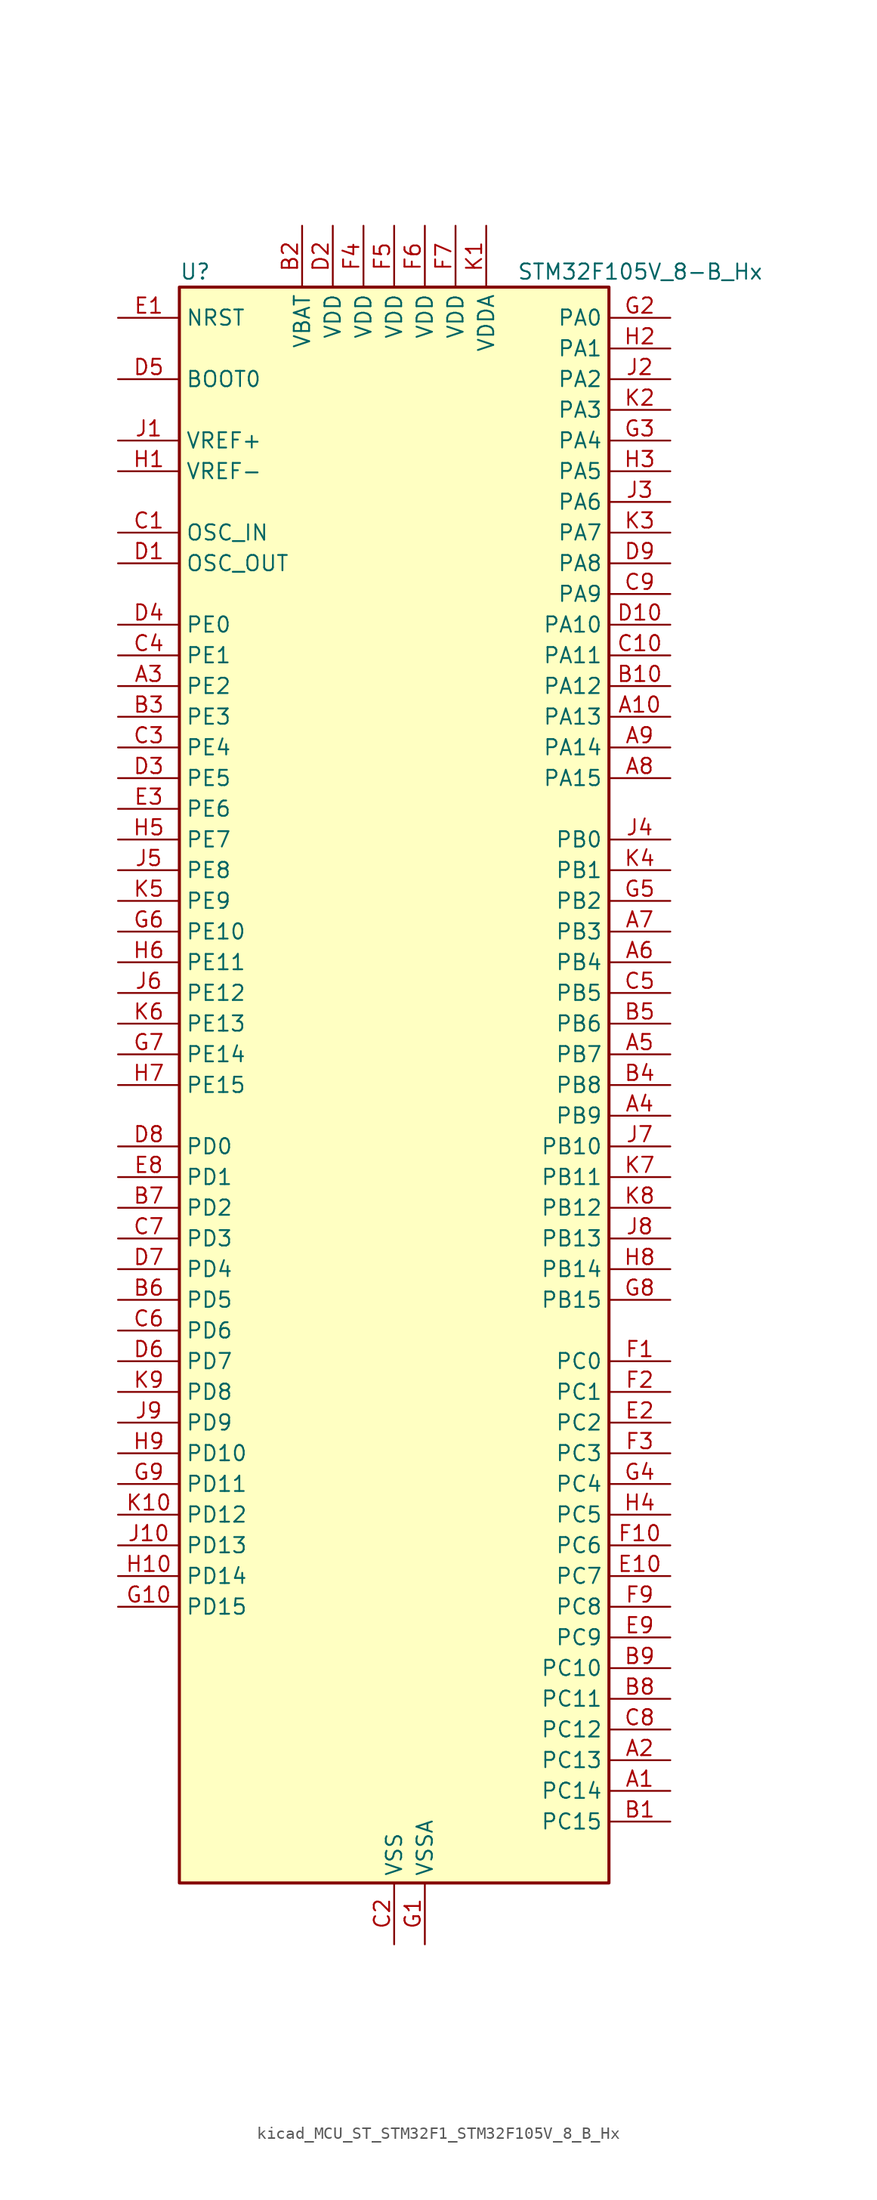
<source format=kicad_sym>
(kicad_symbol_lib
  (version 20220914)
  (generator kicad_symbol_editor)
  (symbol "kicad_MCU_ST_STM32F1_STM32F105V_8_B_Hx"
    (property "Reference" "U"
      (at -17.78 67.31 0)
      (effects (font (size 1.27 1.27)) (justify left)))
    (property "Value" "STM32F105V_8-B_Hx"
      (at 10.16 67.31 0)
      (effects (font (size 1.27 1.27)) (justify left)))
    (property "ki_locked" ""
      (at 0 0 0)
      (effects (font (size 1.27 1.27))))
    (symbol "kicad_MCU_ST_STM32F1_STM32F105V_8_B_Hx_0_1"
      (rectangle (start -17.78 -66.04) (end 17.78 66.04) (stroke (width 0.254) (type default)) (fill (type background))))
    (symbol "kicad_MCU_ST_STM32F1_STM32F105V_8_B_Hx_1_1"
      (pin bidirectional line (at 22.86 -58.42 180) (length 5.08) (name "PC14" (effects (font (size 1.27 1.27)))) (number "A1" (effects (font (size 1.27 1.27)))) (alternate "RCC_OSC32_IN" bidirectional line))
      (pin bidirectional line (at 22.86 30.48 180) (length 5.08) (name "PA13" (effects (font (size 1.27 1.27)))) (number "A10" (effects (font (size 1.27 1.27)))) (alternate "SYS_JTMS-SWDIO" bidirectional line))
      (pin bidirectional line (at 22.86 -55.88 180) (length 5.08) (name "PC13" (effects (font (size 1.27 1.27)))) (number "A2" (effects (font (size 1.27 1.27)))) (alternate "RTC_OUT" bidirectional line) (alternate "RTC_TAMPER" bidirectional line))
      (pin bidirectional line (at -22.86 33.02 0) (length 5.08) (name "PE2" (effects (font (size 1.27 1.27)))) (number "A3" (effects (font (size 1.27 1.27)))) (alternate "SYS_TRACECLK" bidirectional line))
      (pin bidirectional line (at 22.86 -2.54 180) (length 5.08) (name "PB9" (effects (font (size 1.27 1.27)))) (number "A4" (effects (font (size 1.27 1.27)))) (alternate "CAN1_TX" bidirectional line) (alternate "DAC_EXTI9" bidirectional line) (alternate "I2C1_SDA" bidirectional line) (alternate "TIM4_CH4" bidirectional line))
      (pin bidirectional line (at 22.86 2.54 180) (length 5.08) (name "PB7" (effects (font (size 1.27 1.27)))) (number "A5" (effects (font (size 1.27 1.27)))) (alternate "I2C1_SDA" bidirectional line) (alternate "TIM4_CH2" bidirectional line) (alternate "USART1_RX" bidirectional line))
      (pin bidirectional line (at 22.86 10.16 180) (length 5.08) (name "PB4" (effects (font (size 1.27 1.27)))) (number "A6" (effects (font (size 1.27 1.27)))) (alternate "SPI1_MISO" bidirectional line) (alternate "SPI3_MISO" bidirectional line) (alternate "SYS_NJTRST" bidirectional line) (alternate "TIM3_CH1" bidirectional line))
      (pin bidirectional line (at 22.86 12.7 180) (length 5.08) (name "PB3" (effects (font (size 1.27 1.27)))) (number "A7" (effects (font (size 1.27 1.27)))) (alternate "I2S3_CK" bidirectional line) (alternate "SPI1_SCK" bidirectional line) (alternate "SPI3_SCK" bidirectional line) (alternate "SYS_JTDO" bidirectional line) (alternate "SYS_TRACESWO" bidirectional line) (alternate "TIM2_CH2" bidirectional line))
      (pin bidirectional line (at 22.86 25.4 180) (length 5.08) (name "PA15" (effects (font (size 1.27 1.27)))) (number "A8" (effects (font (size 1.27 1.27)))) (alternate "ADC1_EXTI15" bidirectional line) (alternate "ADC2_EXTI15" bidirectional line) (alternate "I2S3_WS" bidirectional line) (alternate "SPI1_NSS" bidirectional line) (alternate "SPI3_NSS" bidirectional line) (alternate "SYS_JTDI" bidirectional line) (alternate "TIM2_CH1" bidirectional line) (alternate "TIM2_ETR" bidirectional line))
      (pin bidirectional line (at 22.86 27.94 180) (length 5.08) (name "PA14" (effects (font (size 1.27 1.27)))) (number "A9" (effects (font (size 1.27 1.27)))) (alternate "SYS_JTCK-SWCLK" bidirectional line))
      (pin bidirectional line (at 22.86 -60.96 180) (length 5.08) (name "PC15" (effects (font (size 1.27 1.27)))) (number "B1" (effects (font (size 1.27 1.27)))) (alternate "ADC1_EXTI15" bidirectional line) (alternate "ADC2_EXTI15" bidirectional line) (alternate "RCC_OSC32_OUT" bidirectional line))
      (pin bidirectional line (at 22.86 33.02 180) (length 5.08) (name "PA12" (effects (font (size 1.27 1.27)))) (number "B10" (effects (font (size 1.27 1.27)))) (alternate "CAN1_TX" bidirectional line) (alternate "TIM1_ETR" bidirectional line) (alternate "USART1_RTS" bidirectional line) (alternate "USB_OTG_FS_DP" bidirectional line))
      (pin power_in line (at -7.62 71.12 270) (length 5.08) (name "VBAT" (effects (font (size 1.27 1.27)))) (number "B2" (effects (font (size 1.27 1.27)))))
      (pin bidirectional line (at -22.86 30.48 0) (length 5.08) (name "PE3" (effects (font (size 1.27 1.27)))) (number "B3" (effects (font (size 1.27 1.27)))) (alternate "SYS_TRACED0" bidirectional line))
      (pin bidirectional line (at 22.86 0 180) (length 5.08) (name "PB8" (effects (font (size 1.27 1.27)))) (number "B4" (effects (font (size 1.27 1.27)))) (alternate "CAN1_RX" bidirectional line) (alternate "I2C1_SCL" bidirectional line) (alternate "TIM4_CH3" bidirectional line))
      (pin bidirectional line (at 22.86 5.08 180) (length 5.08) (name "PB6" (effects (font (size 1.27 1.27)))) (number "B5" (effects (font (size 1.27 1.27)))) (alternate "CAN2_TX" bidirectional line) (alternate "I2C1_SCL" bidirectional line) (alternate "TIM4_CH1" bidirectional line) (alternate "USART1_TX" bidirectional line))
      (pin bidirectional line (at -22.86 -17.78 0) (length 5.08) (name "PD5" (effects (font (size 1.27 1.27)))) (number "B6" (effects (font (size 1.27 1.27)))) (alternate "USART2_TX" bidirectional line))
      (pin bidirectional line (at -22.86 -10.16 0) (length 5.08) (name "PD2" (effects (font (size 1.27 1.27)))) (number "B7" (effects (font (size 1.27 1.27)))) (alternate "TIM3_ETR" bidirectional line) (alternate "UART5_RX" bidirectional line))
      (pin bidirectional line (at 22.86 -50.8 180) (length 5.08) (name "PC11" (effects (font (size 1.27 1.27)))) (number "B8" (effects (font (size 1.27 1.27)))) (alternate "ADC1_EXTI11" bidirectional line) (alternate "ADC2_EXTI11" bidirectional line) (alternate "SPI3_MISO" bidirectional line) (alternate "UART4_RX" bidirectional line) (alternate "USART3_RX" bidirectional line))
      (pin bidirectional line (at 22.86 -48.26 180) (length 5.08) (name "PC10" (effects (font (size 1.27 1.27)))) (number "B9" (effects (font (size 1.27 1.27)))) (alternate "I2S3_CK" bidirectional line) (alternate "SPI3_SCK" bidirectional line) (alternate "UART4_TX" bidirectional line) (alternate "USART3_TX" bidirectional line))
      (pin input line (at -22.86 45.72 0) (length 5.08) (name "OSC_IN" (effects (font (size 1.27 1.27)))) (number "C1" (effects (font (size 1.27 1.27)))) (alternate "RCC_OSC_IN" bidirectional line))
      (pin bidirectional line (at 22.86 35.56 180) (length 5.08) (name "PA11" (effects (font (size 1.27 1.27)))) (number "C10" (effects (font (size 1.27 1.27)))) (alternate "ADC1_EXTI11" bidirectional line) (alternate "ADC2_EXTI11" bidirectional line) (alternate "CAN1_RX" bidirectional line) (alternate "TIM1_CH4" bidirectional line) (alternate "USART1_CTS" bidirectional line) (alternate "USB_OTG_FS_DM" bidirectional line))
      (pin power_in line (at 0 -71.12 90) (length 5.08) (name "VSS" (effects (font (size 1.27 1.27)))) (number "C2" (effects (font (size 1.27 1.27)))))
      (pin bidirectional line (at -22.86 27.94 0) (length 5.08) (name "PE4" (effects (font (size 1.27 1.27)))) (number "C3" (effects (font (size 1.27 1.27)))) (alternate "SYS_TRACED1" bidirectional line))
      (pin bidirectional line (at -22.86 35.56 0) (length 5.08) (name "PE1" (effects (font (size 1.27 1.27)))) (number "C4" (effects (font (size 1.27 1.27)))))
      (pin bidirectional line (at 22.86 7.62 180) (length 5.08) (name "PB5" (effects (font (size 1.27 1.27)))) (number "C5" (effects (font (size 1.27 1.27)))) (alternate "CAN2_RX" bidirectional line) (alternate "I2C1_SMBA" bidirectional line) (alternate "I2S3_SD" bidirectional line) (alternate "SPI1_MOSI" bidirectional line) (alternate "SPI3_MOSI" bidirectional line) (alternate "TIM3_CH2" bidirectional line))
      (pin bidirectional line (at -22.86 -20.32 0) (length 5.08) (name "PD6" (effects (font (size 1.27 1.27)))) (number "C6" (effects (font (size 1.27 1.27)))) (alternate "USART2_RX" bidirectional line))
      (pin bidirectional line (at -22.86 -12.7 0) (length 5.08) (name "PD3" (effects (font (size 1.27 1.27)))) (number "C7" (effects (font (size 1.27 1.27)))) (alternate "USART2_CTS" bidirectional line))
      (pin bidirectional line (at 22.86 -53.34 180) (length 5.08) (name "PC12" (effects (font (size 1.27 1.27)))) (number "C8" (effects (font (size 1.27 1.27)))) (alternate "I2S3_SD" bidirectional line) (alternate "SPI3_MOSI" bidirectional line) (alternate "UART5_TX" bidirectional line) (alternate "USART3_CK" bidirectional line))
      (pin bidirectional line (at 22.86 40.64 180) (length 5.08) (name "PA9" (effects (font (size 1.27 1.27)))) (number "C9" (effects (font (size 1.27 1.27)))) (alternate "DAC_EXTI9" bidirectional line) (alternate "TIM1_CH2" bidirectional line) (alternate "USART1_TX" bidirectional line) (alternate "USB_OTG_FS_VBUS" bidirectional line))
      (pin input line (at -22.86 43.18 0) (length 5.08) (name "OSC_OUT" (effects (font (size 1.27 1.27)))) (number "D1" (effects (font (size 1.27 1.27)))) (alternate "RCC_OSC_OUT" bidirectional line))
      (pin bidirectional line (at 22.86 38.1 180) (length 5.08) (name "PA10" (effects (font (size 1.27 1.27)))) (number "D10" (effects (font (size 1.27 1.27)))) (alternate "TIM1_CH3" bidirectional line) (alternate "USART1_RX" bidirectional line) (alternate "USB_OTG_FS_ID" bidirectional line))
      (pin power_in line (at -5.08 71.12 270) (length 5.08) (name "VDD" (effects (font (size 1.27 1.27)))) (number "D2" (effects (font (size 1.27 1.27)))))
      (pin bidirectional line (at -22.86 25.4 0) (length 5.08) (name "PE5" (effects (font (size 1.27 1.27)))) (number "D3" (effects (font (size 1.27 1.27)))) (alternate "SYS_TRACED2" bidirectional line))
      (pin bidirectional line (at -22.86 38.1 0) (length 5.08) (name "PE0" (effects (font (size 1.27 1.27)))) (number "D4" (effects (font (size 1.27 1.27)))) (alternate "TIM4_ETR" bidirectional line))
      (pin input line (at -22.86 58.42 0) (length 5.08) (name "BOOT0" (effects (font (size 1.27 1.27)))) (number "D5" (effects (font (size 1.27 1.27)))))
      (pin bidirectional line (at -22.86 -22.86 0) (length 5.08) (name "PD7" (effects (font (size 1.27 1.27)))) (number "D6" (effects (font (size 1.27 1.27)))) (alternate "USART2_CK" bidirectional line))
      (pin bidirectional line (at -22.86 -15.24 0) (length 5.08) (name "PD4" (effects (font (size 1.27 1.27)))) (number "D7" (effects (font (size 1.27 1.27)))) (alternate "USART2_RTS" bidirectional line))
      (pin bidirectional line (at -22.86 -5.08 0) (length 5.08) (name "PD0" (effects (font (size 1.27 1.27)))) (number "D8" (effects (font (size 1.27 1.27)))) (alternate "CAN1_RX" bidirectional line))
      (pin bidirectional line (at 22.86 43.18 180) (length 5.08) (name "PA8" (effects (font (size 1.27 1.27)))) (number "D9" (effects (font (size 1.27 1.27)))) (alternate "RCC_MCO" bidirectional line) (alternate "TIM1_CH1" bidirectional line) (alternate "USART1_CK" bidirectional line) (alternate "USB_OTG_FS_SOF" bidirectional line))
      (pin input line (at -22.86 63.5 0) (length 5.08) (name "NRST" (effects (font (size 1.27 1.27)))) (number "E1" (effects (font (size 1.27 1.27)))))
      (pin bidirectional line (at 22.86 -40.64 180) (length 5.08) (name "PC7" (effects (font (size 1.27 1.27)))) (number "E10" (effects (font (size 1.27 1.27)))) (alternate "I2S3_MCK" bidirectional line) (alternate "TIM3_CH2" bidirectional line))
      (pin bidirectional line (at 22.86 -27.94 180) (length 5.08) (name "PC2" (effects (font (size 1.27 1.27)))) (number "E2" (effects (font (size 1.27 1.27)))) (alternate "ADC1_IN12" bidirectional line) (alternate "ADC2_IN12" bidirectional line))
      (pin bidirectional line (at -22.86 22.86 0) (length 5.08) (name "PE6" (effects (font (size 1.27 1.27)))) (number "E3" (effects (font (size 1.27 1.27)))) (alternate "SYS_TRACED3" bidirectional line))
      (pin passive line (at 0 -71.12 90) (length 5.08) hide (name "VSS" (effects (font (size 1.27 1.27)))) (number "E4" (effects (font (size 1.27 1.27)))))
      (pin passive line (at 0 -71.12 90) (length 5.08) hide (name "VSS" (effects (font (size 1.27 1.27)))) (number "E5" (effects (font (size 1.27 1.27)))))
      (pin passive line (at 0 -71.12 90) (length 5.08) hide (name "VSS" (effects (font (size 1.27 1.27)))) (number "E6" (effects (font (size 1.27 1.27)))))
      (pin passive line (at 0 -71.12 90) (length 5.08) hide (name "VSS" (effects (font (size 1.27 1.27)))) (number "E7" (effects (font (size 1.27 1.27)))))
      (pin bidirectional line (at -22.86 -7.62 0) (length 5.08) (name "PD1" (effects (font (size 1.27 1.27)))) (number "E8" (effects (font (size 1.27 1.27)))) (alternate "CAN1_TX" bidirectional line))
      (pin bidirectional line (at 22.86 -45.72 180) (length 5.08) (name "PC9" (effects (font (size 1.27 1.27)))) (number "E9" (effects (font (size 1.27 1.27)))) (alternate "DAC_EXTI9" bidirectional line) (alternate "TIM3_CH4" bidirectional line))
      (pin bidirectional line (at 22.86 -22.86 180) (length 5.08) (name "PC0" (effects (font (size 1.27 1.27)))) (number "F1" (effects (font (size 1.27 1.27)))) (alternate "ADC1_IN10" bidirectional line) (alternate "ADC2_IN10" bidirectional line))
      (pin bidirectional line (at 22.86 -38.1 180) (length 5.08) (name "PC6" (effects (font (size 1.27 1.27)))) (number "F10" (effects (font (size 1.27 1.27)))) (alternate "I2S2_MCK" bidirectional line) (alternate "TIM3_CH1" bidirectional line))
      (pin bidirectional line (at 22.86 -25.4 180) (length 5.08) (name "PC1" (effects (font (size 1.27 1.27)))) (number "F2" (effects (font (size 1.27 1.27)))) (alternate "ADC1_IN11" bidirectional line) (alternate "ADC2_IN11" bidirectional line))
      (pin bidirectional line (at 22.86 -30.48 180) (length 5.08) (name "PC3" (effects (font (size 1.27 1.27)))) (number "F3" (effects (font (size 1.27 1.27)))) (alternate "ADC1_IN13" bidirectional line) (alternate "ADC2_IN13" bidirectional line))
      (pin power_in line (at -2.54 71.12 270) (length 5.08) (name "VDD" (effects (font (size 1.27 1.27)))) (number "F4" (effects (font (size 1.27 1.27)))))
      (pin power_in line (at 0 71.12 270) (length 5.08) (name "VDD" (effects (font (size 1.27 1.27)))) (number "F5" (effects (font (size 1.27 1.27)))))
      (pin power_in line (at 2.54 71.12 270) (length 5.08) (name "VDD" (effects (font (size 1.27 1.27)))) (number "F6" (effects (font (size 1.27 1.27)))))
      (pin power_in line (at 5.08 71.12 270) (length 5.08) (name "VDD" (effects (font (size 1.27 1.27)))) (number "F7" (effects (font (size 1.27 1.27)))))
      (pin no_connect line (at -17.78 -66.04 0) (length 5.08) hide (name "NC" (effects (font (size 1.27 1.27)))) (number "F8" (effects (font (size 1.27 1.27)))))
      (pin bidirectional line (at 22.86 -43.18 180) (length 5.08) (name "PC8" (effects (font (size 1.27 1.27)))) (number "F9" (effects (font (size 1.27 1.27)))) (alternate "TIM3_CH3" bidirectional line))
      (pin power_in line (at 2.54 -71.12 90) (length 5.08) (name "VSSA" (effects (font (size 1.27 1.27)))) (number "G1" (effects (font (size 1.27 1.27)))))
      (pin bidirectional line (at -22.86 -43.18 0) (length 5.08) (name "PD15" (effects (font (size 1.27 1.27)))) (number "G10" (effects (font (size 1.27 1.27)))) (alternate "ADC1_EXTI15" bidirectional line) (alternate "ADC2_EXTI15" bidirectional line) (alternate "TIM4_CH4" bidirectional line))
      (pin bidirectional line (at 22.86 63.5 180) (length 5.08) (name "PA0" (effects (font (size 1.27 1.27)))) (number "G2" (effects (font (size 1.27 1.27)))) (alternate "ADC1_IN0" bidirectional line) (alternate "ADC2_IN0" bidirectional line) (alternate "SYS_WKUP" bidirectional line) (alternate "TIM2_CH1" bidirectional line) (alternate "TIM2_ETR" bidirectional line) (alternate "TIM5_CH1" bidirectional line) (alternate "USART2_CTS" bidirectional line))
      (pin bidirectional line (at 22.86 53.34 180) (length 5.08) (name "PA4" (effects (font (size 1.27 1.27)))) (number "G3" (effects (font (size 1.27 1.27)))) (alternate "ADC1_IN4" bidirectional line) (alternate "ADC2_IN4" bidirectional line) (alternate "DAC_OUT1" bidirectional line) (alternate "I2S3_WS" bidirectional line) (alternate "SPI1_NSS" bidirectional line) (alternate "SPI3_NSS" bidirectional line) (alternate "USART2_CK" bidirectional line))
      (pin bidirectional line (at 22.86 -33.02 180) (length 5.08) (name "PC4" (effects (font (size 1.27 1.27)))) (number "G4" (effects (font (size 1.27 1.27)))) (alternate "ADC1_IN14" bidirectional line) (alternate "ADC2_IN14" bidirectional line))
      (pin bidirectional line (at 22.86 15.24 180) (length 5.08) (name "PB2" (effects (font (size 1.27 1.27)))) (number "G5" (effects (font (size 1.27 1.27)))))
      (pin bidirectional line (at -22.86 12.7 0) (length 5.08) (name "PE10" (effects (font (size 1.27 1.27)))) (number "G6" (effects (font (size 1.27 1.27)))) (alternate "TIM1_CH2N" bidirectional line))
      (pin bidirectional line (at -22.86 2.54 0) (length 5.08) (name "PE14" (effects (font (size 1.27 1.27)))) (number "G7" (effects (font (size 1.27 1.27)))) (alternate "TIM1_CH4" bidirectional line))
      (pin bidirectional line (at 22.86 -17.78 180) (length 5.08) (name "PB15" (effects (font (size 1.27 1.27)))) (number "G8" (effects (font (size 1.27 1.27)))) (alternate "ADC1_EXTI15" bidirectional line) (alternate "ADC2_EXTI15" bidirectional line) (alternate "I2S2_SD" bidirectional line) (alternate "SPI2_MOSI" bidirectional line) (alternate "TIM1_CH3N" bidirectional line))
      (pin bidirectional line (at -22.86 -33.02 0) (length 5.08) (name "PD11" (effects (font (size 1.27 1.27)))) (number "G9" (effects (font (size 1.27 1.27)))) (alternate "ADC1_EXTI11" bidirectional line) (alternate "ADC2_EXTI11" bidirectional line) (alternate "USART3_CTS" bidirectional line))
      (pin input line (at -22.86 50.8 0) (length 5.08) (name "VREF-" (effects (font (size 1.27 1.27)))) (number "H1" (effects (font (size 1.27 1.27)))))
      (pin bidirectional line (at -22.86 -40.64 0) (length 5.08) (name "PD14" (effects (font (size 1.27 1.27)))) (number "H10" (effects (font (size 1.27 1.27)))) (alternate "TIM4_CH3" bidirectional line))
      (pin bidirectional line (at 22.86 60.96 180) (length 5.08) (name "PA1" (effects (font (size 1.27 1.27)))) (number "H2" (effects (font (size 1.27 1.27)))) (alternate "ADC1_IN1" bidirectional line) (alternate "ADC2_IN1" bidirectional line) (alternate "TIM2_CH2" bidirectional line) (alternate "TIM5_CH2" bidirectional line) (alternate "USART2_RTS" bidirectional line))
      (pin bidirectional line (at 22.86 50.8 180) (length 5.08) (name "PA5" (effects (font (size 1.27 1.27)))) (number "H3" (effects (font (size 1.27 1.27)))) (alternate "ADC1_IN5" bidirectional line) (alternate "ADC2_IN5" bidirectional line) (alternate "DAC_OUT2" bidirectional line) (alternate "SPI1_SCK" bidirectional line))
      (pin bidirectional line (at 22.86 -35.56 180) (length 5.08) (name "PC5" (effects (font (size 1.27 1.27)))) (number "H4" (effects (font (size 1.27 1.27)))) (alternate "ADC1_IN15" bidirectional line) (alternate "ADC2_IN15" bidirectional line))
      (pin bidirectional line (at -22.86 20.32 0) (length 5.08) (name "PE7" (effects (font (size 1.27 1.27)))) (number "H5" (effects (font (size 1.27 1.27)))) (alternate "TIM1_ETR" bidirectional line))
      (pin bidirectional line (at -22.86 10.16 0) (length 5.08) (name "PE11" (effects (font (size 1.27 1.27)))) (number "H6" (effects (font (size 1.27 1.27)))) (alternate "ADC1_EXTI11" bidirectional line) (alternate "ADC2_EXTI11" bidirectional line) (alternate "TIM1_CH2" bidirectional line))
      (pin bidirectional line (at -22.86 0 0) (length 5.08) (name "PE15" (effects (font (size 1.27 1.27)))) (number "H7" (effects (font (size 1.27 1.27)))) (alternate "ADC1_EXTI15" bidirectional line) (alternate "ADC2_EXTI15" bidirectional line) (alternate "TIM1_BKIN" bidirectional line))
      (pin bidirectional line (at 22.86 -15.24 180) (length 5.08) (name "PB14" (effects (font (size 1.27 1.27)))) (number "H8" (effects (font (size 1.27 1.27)))) (alternate "SPI2_MISO" bidirectional line) (alternate "TIM1_CH2N" bidirectional line) (alternate "USART3_RTS" bidirectional line))
      (pin bidirectional line (at -22.86 -30.48 0) (length 5.08) (name "PD10" (effects (font (size 1.27 1.27)))) (number "H9" (effects (font (size 1.27 1.27)))) (alternate "USART3_CK" bidirectional line))
      (pin input line (at -22.86 53.34 0) (length 5.08) (name "VREF+" (effects (font (size 1.27 1.27)))) (number "J1" (effects (font (size 1.27 1.27)))))
      (pin bidirectional line (at -22.86 -38.1 0) (length 5.08) (name "PD13" (effects (font (size 1.27 1.27)))) (number "J10" (effects (font (size 1.27 1.27)))) (alternate "TIM4_CH2" bidirectional line))
      (pin bidirectional line (at 22.86 58.42 180) (length 5.08) (name "PA2" (effects (font (size 1.27 1.27)))) (number "J2" (effects (font (size 1.27 1.27)))) (alternate "ADC1_IN2" bidirectional line) (alternate "ADC2_IN2" bidirectional line) (alternate "TIM2_CH3" bidirectional line) (alternate "TIM5_CH3" bidirectional line) (alternate "USART2_TX" bidirectional line))
      (pin bidirectional line (at 22.86 48.26 180) (length 5.08) (name "PA6" (effects (font (size 1.27 1.27)))) (number "J3" (effects (font (size 1.27 1.27)))) (alternate "ADC1_IN6" bidirectional line) (alternate "ADC2_IN6" bidirectional line) (alternate "SPI1_MISO" bidirectional line) (alternate "TIM1_BKIN" bidirectional line) (alternate "TIM3_CH1" bidirectional line))
      (pin bidirectional line (at 22.86 20.32 180) (length 5.08) (name "PB0" (effects (font (size 1.27 1.27)))) (number "J4" (effects (font (size 1.27 1.27)))) (alternate "ADC1_IN8" bidirectional line) (alternate "ADC2_IN8" bidirectional line) (alternate "TIM1_CH2N" bidirectional line) (alternate "TIM3_CH3" bidirectional line))
      (pin bidirectional line (at -22.86 17.78 0) (length 5.08) (name "PE8" (effects (font (size 1.27 1.27)))) (number "J5" (effects (font (size 1.27 1.27)))) (alternate "TIM1_CH1N" bidirectional line))
      (pin bidirectional line (at -22.86 7.62 0) (length 5.08) (name "PE12" (effects (font (size 1.27 1.27)))) (number "J6" (effects (font (size 1.27 1.27)))) (alternate "TIM1_CH3N" bidirectional line))
      (pin bidirectional line (at 22.86 -5.08 180) (length 5.08) (name "PB10" (effects (font (size 1.27 1.27)))) (number "J7" (effects (font (size 1.27 1.27)))) (alternate "I2C2_SCL" bidirectional line) (alternate "TIM2_CH3" bidirectional line) (alternate "USART3_TX" bidirectional line))
      (pin bidirectional line (at 22.86 -12.7 180) (length 5.08) (name "PB13" (effects (font (size 1.27 1.27)))) (number "J8" (effects (font (size 1.27 1.27)))) (alternate "CAN2_TX" bidirectional line) (alternate "I2S2_CK" bidirectional line) (alternate "SPI2_SCK" bidirectional line) (alternate "TIM1_CH1N" bidirectional line) (alternate "USART3_CTS" bidirectional line))
      (pin bidirectional line (at -22.86 -27.94 0) (length 5.08) (name "PD9" (effects (font (size 1.27 1.27)))) (number "J9" (effects (font (size 1.27 1.27)))) (alternate "DAC_EXTI9" bidirectional line) (alternate "USART3_RX" bidirectional line))
      (pin power_in line (at 7.62 71.12 270) (length 5.08) (name "VDDA" (effects (font (size 1.27 1.27)))) (number "K1" (effects (font (size 1.27 1.27)))))
      (pin bidirectional line (at -22.86 -35.56 0) (length 5.08) (name "PD12" (effects (font (size 1.27 1.27)))) (number "K10" (effects (font (size 1.27 1.27)))) (alternate "TIM4_CH1" bidirectional line) (alternate "USART3_RTS" bidirectional line))
      (pin bidirectional line (at 22.86 55.88 180) (length 5.08) (name "PA3" (effects (font (size 1.27 1.27)))) (number "K2" (effects (font (size 1.27 1.27)))) (alternate "ADC1_IN3" bidirectional line) (alternate "ADC2_IN3" bidirectional line) (alternate "TIM2_CH4" bidirectional line) (alternate "TIM5_CH4" bidirectional line) (alternate "USART2_RX" bidirectional line))
      (pin bidirectional line (at 22.86 45.72 180) (length 5.08) (name "PA7" (effects (font (size 1.27 1.27)))) (number "K3" (effects (font (size 1.27 1.27)))) (alternate "ADC1_IN7" bidirectional line) (alternate "ADC2_IN7" bidirectional line) (alternate "SPI1_MOSI" bidirectional line) (alternate "TIM1_CH1N" bidirectional line) (alternate "TIM3_CH2" bidirectional line))
      (pin bidirectional line (at 22.86 17.78 180) (length 5.08) (name "PB1" (effects (font (size 1.27 1.27)))) (number "K4" (effects (font (size 1.27 1.27)))) (alternate "ADC1_IN9" bidirectional line) (alternate "ADC2_IN9" bidirectional line) (alternate "TIM1_CH3N" bidirectional line) (alternate "TIM3_CH4" bidirectional line))
      (pin bidirectional line (at -22.86 15.24 0) (length 5.08) (name "PE9" (effects (font (size 1.27 1.27)))) (number "K5" (effects (font (size 1.27 1.27)))) (alternate "DAC_EXTI9" bidirectional line) (alternate "TIM1_CH1" bidirectional line))
      (pin bidirectional line (at -22.86 5.08 0) (length 5.08) (name "PE13" (effects (font (size 1.27 1.27)))) (number "K6" (effects (font (size 1.27 1.27)))) (alternate "TIM1_CH3" bidirectional line))
      (pin bidirectional line (at 22.86 -7.62 180) (length 5.08) (name "PB11" (effects (font (size 1.27 1.27)))) (number "K7" (effects (font (size 1.27 1.27)))) (alternate "ADC1_EXTI11" bidirectional line) (alternate "ADC2_EXTI11" bidirectional line) (alternate "I2C2_SDA" bidirectional line) (alternate "TIM2_CH4" bidirectional line) (alternate "USART3_RX" bidirectional line))
      (pin bidirectional line (at 22.86 -10.16 180) (length 5.08) (name "PB12" (effects (font (size 1.27 1.27)))) (number "K8" (effects (font (size 1.27 1.27)))) (alternate "CAN2_RX" bidirectional line) (alternate "I2C2_SMBA" bidirectional line) (alternate "I2S2_WS" bidirectional line) (alternate "SPI2_NSS" bidirectional line) (alternate "TIM1_BKIN" bidirectional line) (alternate "USART3_CK" bidirectional line))
      (pin bidirectional line (at -22.86 -25.4 0) (length 5.08) (name "PD8" (effects (font (size 1.27 1.27)))) (number "K9" (effects (font (size 1.27 1.27)))) (alternate "USART3_TX" bidirectional line)))))
</source>
